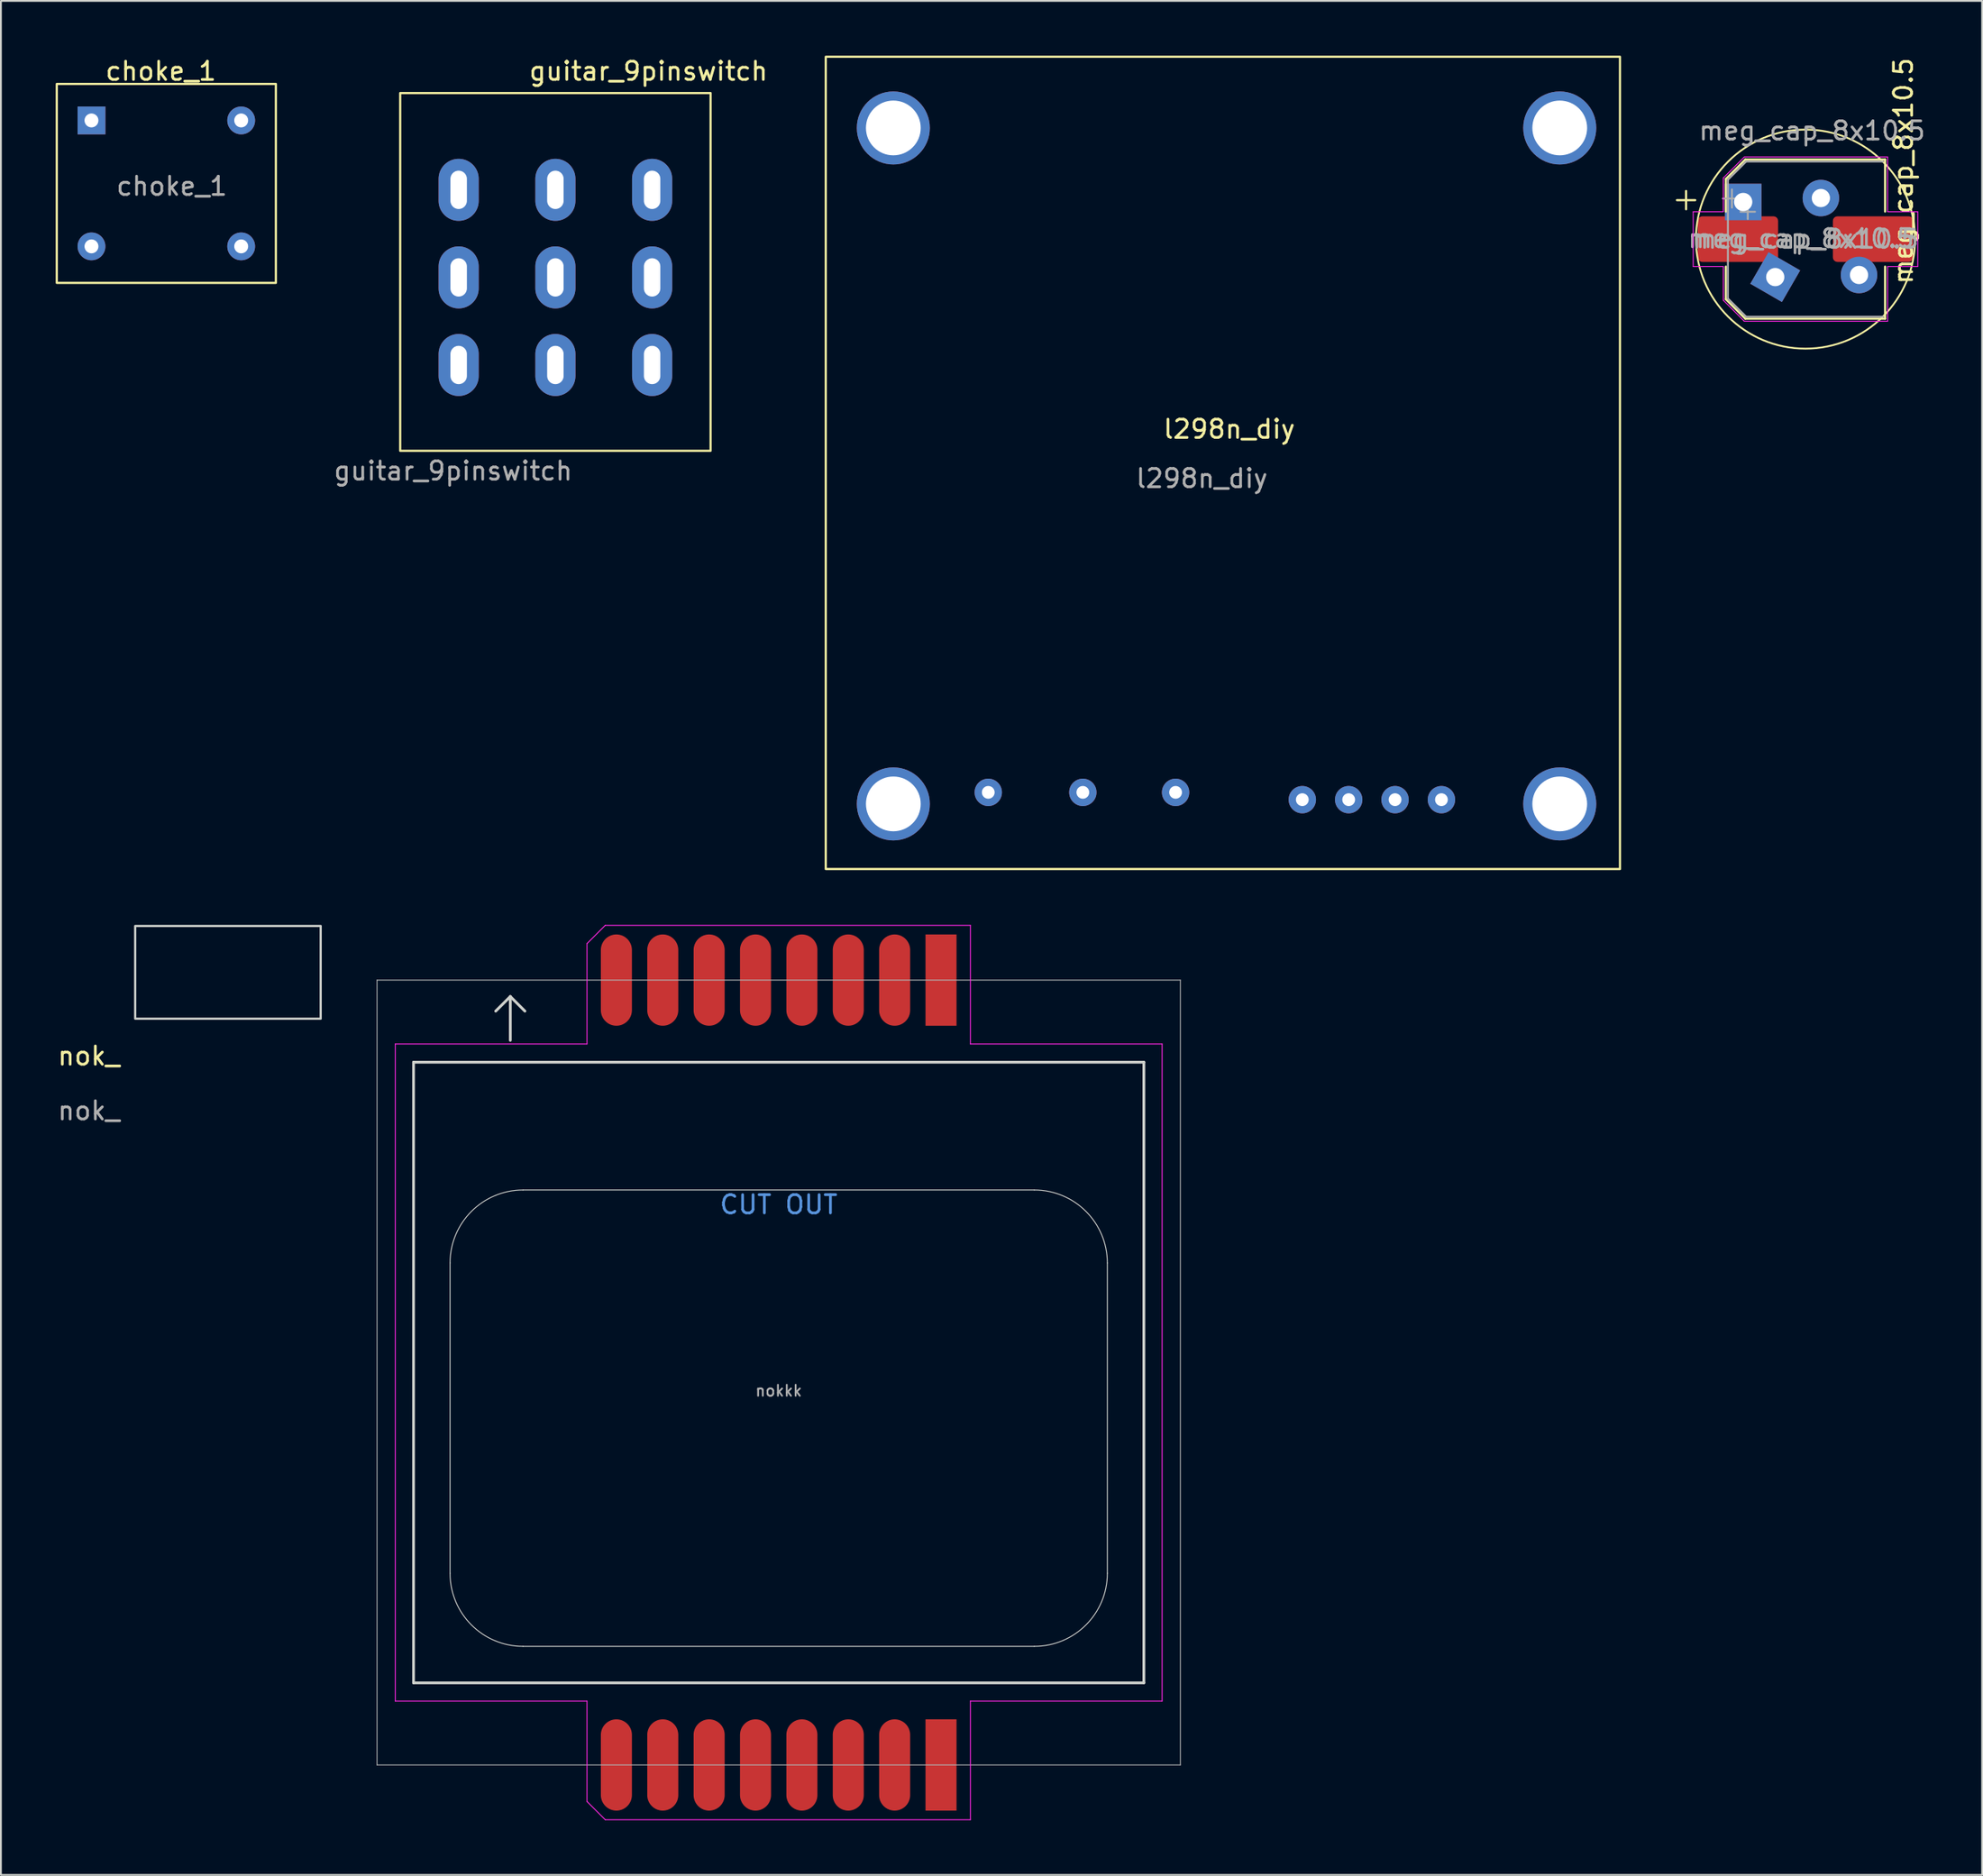
<source format=kicad_pcb>
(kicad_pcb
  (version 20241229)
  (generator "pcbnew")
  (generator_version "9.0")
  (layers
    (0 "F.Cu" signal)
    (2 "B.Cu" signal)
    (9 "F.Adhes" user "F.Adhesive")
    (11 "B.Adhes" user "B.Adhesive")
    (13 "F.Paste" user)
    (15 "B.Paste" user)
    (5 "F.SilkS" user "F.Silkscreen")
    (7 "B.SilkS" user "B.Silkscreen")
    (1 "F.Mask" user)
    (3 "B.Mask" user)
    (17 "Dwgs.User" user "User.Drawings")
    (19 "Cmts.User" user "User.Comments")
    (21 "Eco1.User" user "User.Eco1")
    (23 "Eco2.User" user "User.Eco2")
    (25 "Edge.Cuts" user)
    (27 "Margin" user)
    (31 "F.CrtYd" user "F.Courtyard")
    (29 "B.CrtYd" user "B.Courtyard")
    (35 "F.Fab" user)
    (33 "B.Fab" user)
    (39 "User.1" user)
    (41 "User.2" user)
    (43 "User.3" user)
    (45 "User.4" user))
  (footprint "l298n_diy"
    (layer "F.Cu")
    (at 51.178 40.36)
    (property "Reference" "l298n_diy" (at 13.1 -19.9 0) (unlocked yes) (layer "F.SilkS") (effects (font (size 1 1) (thickness 0.15))))
    (attr smd)
    (fp_rect (start -9 -40.3) (end 34.5 4.2) (stroke (width 0.12) (type solid)) (fill no) (layer "F.SilkS"))
    (fp_text user "${REFERENCE}" (at 11.6 -17.2 0) (unlocked yes) (layer "F.Fab") (effects (font (size 1 1) (thickness 0.15))))
    (pad "" np_thru_hole circle (at -5.3 -36.4) (size 4 4) (drill 3) (layers "*.Cu" "*.Mask"))
    (pad "" np_thru_hole circle (at -5.3 0.633) (size 4 4) (drill 3) (layers "*.Cu" "*.Mask"))
    (pad "" np_thru_hole circle (at 31.2 -36.4) (size 4 4) (drill 3) (layers "*.Cu" "*.Mask"))
    (pad "" np_thru_hole circle (at 31.2 0.633) (size 4 4) (drill 3) (layers "*.Cu" "*.Mask"))
    (pad "1" thru_hole circle (at -0.1 0) (size 1.5 1.5) (drill 0.7) (layers "*.Cu" "*.Mask"))
    (pad "2" thru_hole circle (at 5.08 0) (size 1.5 1.5) (drill 0.7) (layers "*.Cu" "*.Mask"))
    (pad "3" thru_hole circle (at 10.16 0) (size 1.5 1.5) (drill 0.7) (layers "*.Cu" "*.Mask"))
    (pad "4" thru_hole circle (at 17.1 0.4) (size 1.5 1.5) (drill 0.7) (layers "*.Cu" "*.Mask"))
    (pad "5" thru_hole circle (at 19.64 0.4) (size 1.5 1.5) (drill 0.7) (layers "*.Cu" "*.Mask"))
    (pad "6" thru_hole circle (at 22.18 0.4) (size 1.5 1.5) (drill 0.7) (layers "*.Cu" "*.Mask"))
    (pad "7" thru_hole circle (at 24.72 0.4) (size 1.5 1.5) (drill 0.7) (layers "*.Cu" "*.Mask")))
  (footprint "guitar_9pinswitch"
    (layer "F.Cu")
    (at 27.369 12.248)
    (property "Reference" "guitar_9pinswitch" (at 5.1 -11.4 0) (unlocked yes) (layer "F.SilkS") (effects (font (size 1 1) (thickness 0.15))))
    (attr through_hole)
    (fp_rect (start 8.5 -10.2) (end -8.5 9.4) (stroke (width 0.12) (type solid)) (fill no) (layer "F.SilkS"))
    (fp_text user "${REFERENCE}" (at -5.6 10.5 0) (unlocked yes) (layer "F.Fab") (effects (font (size 1 1) (thickness 0.15))))
    (pad "1" thru_hole oval (at -5.298 4.698 180) (size 2.2 3.4) (drill oval 0.9 2.1) (layers "*.Cu" "*.Mask"))
    (pad "2" thru_hole oval (at 0 4.698 180) (size 2.2 3.4) (drill oval 0.9 2.1) (layers "*.Cu" "*.Mask"))
    (pad "3" thru_hole oval (at 5.298 4.698 180) (size 2.2 3.4) (drill oval 0.9 2.1) (layers "*.Cu" "*.Mask"))
    (pad "4" thru_hole oval (at -5.298 -0.1 180) (size 2.2 3.4) (drill oval 0.9 2.1) (layers "*.Cu" "*.Mask"))
    (pad "5" thru_hole oval (at 0 -0.1 180) (size 2.2 3.4) (drill oval 0.9 2.1) (layers "*.Cu" "*.Mask"))
    (pad "6" thru_hole oval (at 5.298 -0.1 180) (size 2.2 3.4) (drill oval 0.9 2.1) (layers "*.Cu" "*.Mask"))
    (pad "7" thru_hole oval (at -5.298 -4.898 180) (size 2.2 3.4) (drill oval 0.9 2.1) (layers "*.Cu" "*.Mask"))
    (pad "8" thru_hole oval (at 0 -4.898 180) (size 2.2 3.4) (drill oval 0.9 2.1) (layers "*.Cu" "*.Mask"))
    (pad "9" thru_hole oval (at 5.298 -4.898 180) (size 2.2 3.4) (drill oval 0.9 2.1) (layers "*.Cu" "*.Mask")))
  (footprint "nok_"
    (layer "F.Cu")
    (at 1.815 55.3)
    (property "Reference" "nok_" (at 0 -0.5 0) (unlocked yes) (layer "F.SilkS") (effects (font (size 1 1) (thickness 0.15))))
    (attr smd)
    (fp_rect (start 2.54 -7.62) (end 12.7 -2.54) (stroke (width 0.12) (type solid)) (fill no) (layer "Edge.Cuts"))
    (fp_text user "${REFERENCE}" (at 0 2.5 0) (unlocked yes) (layer "F.Fab") (effects (font (size 1 1) (thickness 0.15)))))
  (footprint "choke_1"
    (layer "F.Cu")
    (at 5.76 7.148)
    (property "Reference" "choke_1" (at 0 -6.3 0) (unlocked yes) (layer "F.SilkS") (effects (font (size 1 1) (thickness 0.15))))
    (attr through_hole)
    (fp_rect (start -5.7 -5.6) (end 6.3 5.3) (stroke (width 0.12) (type solid)) (fill no) (layer "F.SilkS"))
    (fp_text user "${REFERENCE}" (at 0.6 0 0) (unlocked yes) (layer "F.Fab") (effects (font (size 1 1) (thickness 0.15))))
    (pad "1" thru_hole rect (at -3.8 -3.6) (size 1.524 1.524) (drill 0.762) (layers "*.Cu" "*.Mask"))
    (pad "2" thru_hole circle (at -3.8 3.3) (size 1.524 1.524) (drill 0.762) (layers "*.Cu" "*.Mask"))
    (pad "3" thru_hole circle (at 4.4 -3.6) (size 1.524 1.524) (drill 0.762) (layers "*.Cu" "*.Mask"))
    (pad "4" thru_hole circle (at 4.4 3.3) (size 1.524 1.524) (drill 0.762) (layers "*.Cu" "*.Mask")))
  (footprint "nokkk"
    (layer "F.Cu")
    (at 39.6 72.145)
    (property "Reference" "nokkk" (at 0 1 180) (layer "F.Fab") (effects (font (size 0.6 0.6) (thickness 0.1))))
    (attr through_hole)
    (fp_line (start -20 -17) (end -20 17) (stroke (width 0.15) (type solid)) (layer "Edge.Cuts"))
    (fp_line (start -20 17) (end 20 17) (stroke (width 0.15) (type solid)) (layer "Edge.Cuts"))
    (fp_line (start -18 -6) (end -18 11) (stroke (width 0.05) (type solid)) (layer "Edge.Cuts"))
    (fp_line (start -15.5 -19.8) (end -14.7 -20.6) (stroke (width 0.15) (type solid)) (layer "Edge.Cuts"))
    (fp_line (start -14.7 -20.6) (end -13.9 -19.8) (stroke (width 0.15) (type solid)) (layer "Edge.Cuts"))
    (fp_line (start -14.7 -18.2) (end -14.7 -20.6) (stroke (width 0.15) (type solid)) (layer "Edge.Cuts"))
    (fp_line (start -14 15) (end 14 15) (stroke (width 0.05) (type solid)) (layer "Edge.Cuts"))
    (fp_line (start 14 -10) (end -14 -10) (stroke (width 0.05) (type solid)) (layer "Edge.Cuts"))
    (fp_line (start 18 -6) (end 18 11) (stroke (width 0.05) (type solid)) (layer "Edge.Cuts"))
    (fp_line (start 20 -17) (end -20 -17) (stroke (width 0.15) (type solid)) (layer "Edge.Cuts"))
    (fp_line (start 20 17) (end 20 -17) (stroke (width 0.15) (type solid)) (layer "Edge.Cuts"))
    (fp_arc (start -18 -6) (mid -16.828427 -8.828427) (end -14 -10) (stroke (width 0.05) (type solid)) (layer "Edge.Cuts"))
    (fp_arc (start -14 15) (mid -16.828427 13.828427) (end -18 11) (stroke (width 0.05) (type solid)) (layer "Edge.Cuts"))
    (fp_arc (start 14 -10) (mid 16.828427 -8.828427) (end 18 -6) (stroke (width 0.05) (type solid)) (layer "Edge.Cuts"))
    (fp_arc (start 18 11) (mid 16.828427 13.828427) (end 14 15) (stroke (width 0.05) (type solid)) (layer "Edge.Cuts"))
    (fp_line (start -21 -18) (end -21 18) (stroke (width 0.05) (type solid)) (layer "F.CrtYd"))
    (fp_line (start -21 18) (end -10.5 18) (stroke (width 0.05) (type solid)) (layer "F.CrtYd"))
    (fp_line (start -10.5 -23.5) (end -10.5 -18) (stroke (width 0.05) (type solid)) (layer "F.CrtYd"))
    (fp_line (start -10.5 -18) (end -21 -18) (stroke (width 0.05) (type solid)) (layer "F.CrtYd"))
    (fp_line (start -10.5 18) (end -10.5 23.5) (stroke (width 0.05) (type solid)) (layer "F.CrtYd"))
    (fp_line (start -10.5 23.5) (end -9.5 24.5) (stroke (width 0.05) (type solid)) (layer "F.CrtYd"))
    (fp_line (start -9.5 -24.5) (end -10.5 -23.5) (stroke (width 0.05) (type solid)) (layer "F.CrtYd"))
    (fp_line (start -9.5 24.5) (end 10.5 24.5) (stroke (width 0.05) (type solid)) (layer "F.CrtYd"))
    (fp_line (start 10.5 -24.5) (end -9.5 -24.5) (stroke (width 0.05) (type solid)) (layer "F.CrtYd"))
    (fp_line (start 10.5 -18) (end 10.5 -24.5) (stroke (width 0.05) (type solid)) (layer "F.CrtYd"))
    (fp_line (start 10.5 18) (end 21 18) (stroke (width 0.05) (type solid)) (layer "F.CrtYd"))
    (fp_line (start 10.5 24.5) (end 10.5 18) (stroke (width 0.05) (type solid)) (layer "F.CrtYd"))
    (fp_line (start 21 -18) (end 10.5 -18) (stroke (width 0.05) (type solid)) (layer "F.CrtYd"))
    (fp_line (start 21 18) (end 21 -18) (stroke (width 0.05) (type solid)) (layer "F.CrtYd"))
    (fp_line (start -22 -21.5) (end -22 21.5) (stroke (width 0.05) (type solid)) (layer "F.Fab"))
    (fp_line (start -22 -21.5) (end 22 -21.5) (stroke (width 0.05) (type solid)) (layer "F.Fab"))
    (fp_line (start -22 21.5) (end 22 21.5) (stroke (width 0.05) (type solid)) (layer "F.Fab"))
    (fp_line (start -20 -17) (end -20 17) (stroke (width 0.05) (type solid)) (layer "F.Fab"))
    (fp_line (start -20 -17) (end 20 -17) (stroke (width 0.05) (type solid)) (layer "F.Fab"))
    (fp_line (start -20 17) (end 20 17) (stroke (width 0.05) (type solid)) (layer "F.Fab"))
    (fp_line (start 20 -17) (end 20 17) (stroke (width 0.05) (type solid)) (layer "F.Fab"))
    (fp_line (start 22 -21.5) (end 22 21.5) (stroke (width 0.05) (type solid)) (layer "F.Fab"))
    (fp_text user "CUT OUT" (at 0 -9.2 0) (layer "Cmts.User") (effects (font (size 1 1) (thickness 0.15))))
    (fp_text user "${REFERENCE}" (at 0 -18.85 180) (layer "Eco1.User") (effects (font (size 0.3 0.3) (thickness 0.03))))
    (pad "1" smd rect (at 8.89 -21.5) (size 1.7 5) (layers "F.Cu" "F.Mask" "F.Paste"))
    (pad "1" smd rect (at 8.89 21.5) (size 1.7 5) (layers "F.Cu" "F.Mask" "F.Paste"))
    (pad "2" smd oval (at 6.35 -21.5) (size 1.7 5) (layers "F.Cu" "F.Mask" "F.Paste"))
    (pad "2" smd oval (at 6.35 21.5) (size 1.7 5) (layers "F.Cu" "F.Mask" "F.Paste"))
    (pad "3" smd oval (at 3.81 -21.5) (size 1.7 5) (layers "F.Cu" "F.Mask" "F.Paste"))
    (pad "3" smd oval (at 3.81 21.5) (size 1.7 5) (layers "F.Cu" "F.Mask" "F.Paste"))
    (pad "4" smd oval (at 1.27 -21.5) (size 1.7 5) (layers "F.Cu" "F.Mask" "F.Paste"))
    (pad "4" smd oval (at 1.27 21.5) (size 1.7 5) (layers "F.Cu" "F.Mask" "F.Paste"))
    (pad "5" smd oval (at -1.27 -21.5) (size 1.7 5) (layers "F.Cu" "F.Mask" "F.Paste"))
    (pad "5" smd oval (at -1.27 21.5) (size 1.7 5) (layers "F.Cu" "F.Mask" "F.Paste"))
    (pad "6" smd oval (at -3.81 -21.5) (size 1.7 5) (layers "F.Cu" "F.Mask" "F.Paste"))
    (pad "6" smd oval (at -3.81 21.5) (size 1.7 5) (layers "F.Cu" "F.Mask" "F.Paste"))
    (pad "7" smd oval (at -6.35 -21.5) (size 1.7 5) (layers "F.Cu" "F.Mask" "F.Paste"))
    (pad "7" smd oval (at -6.35 21.5) (size 1.7 5) (layers "F.Cu" "F.Mask" "F.Paste"))
    (pad "8" smd oval (at -8.89 -21.5) (size 1.7 5) (layers "F.Cu" "F.Mask" "F.Paste"))
    (pad "8" smd oval (at -8.89 21.5) (size 1.7 5) (layers "F.Cu" "F.Mask" "F.Paste")))
  (footprint "meg_cap_8x10.5"
    (layer "F.Cu")
    (at 95.898 10.015)
    (property "Reference" "meg_cap_8x10.5" (at 5.3 -3.7 90) (unlocked yes) (layer "F.SilkS") (effects (font (size 1 1) (thickness 0.15))))
    (attr smd)
    (fp_line (start -7.1 -2.1) (end -6.1 -2.1) (stroke (width 0.12) (type solid)) (layer "F.SilkS"))
    (fp_line (start -6.6 -2.6) (end -6.6 -1.6) (stroke (width 0.12) (type solid)) (layer "F.SilkS"))
    (fp_line (start -4.42 -3.261) (end -4.42 -1.475) (stroke (width 0.12) (type solid)) (layer "F.SilkS"))
    (fp_line (start -4.42 -3.261) (end -3.356 -4.325) (stroke (width 0.12) (type solid)) (layer "F.SilkS"))
    (fp_line (start -4.42 3.331) (end -4.42 1.545) (stroke (width 0.12) (type solid)) (layer "F.SilkS"))
    (fp_line (start -4.42 3.331) (end -3.356 4.395) (stroke (width 0.12) (type solid)) (layer "F.SilkS"))
    (fp_line (start -3.356 -4.325) (end 4.3 -4.325) (stroke (width 0.12) (type solid)) (layer "F.SilkS"))
    (fp_line (start -3.356 4.395) (end 4.3 4.395) (stroke (width 0.12) (type solid)) (layer "F.SilkS"))
    (fp_line (start 4.3 -4.325) (end 4.3 -1.475) (stroke (width 0.12) (type solid)) (layer "F.SilkS"))
    (fp_line (start 4.3 4.395) (end 4.3 1.545) (stroke (width 0.12) (type solid)) (layer "F.SilkS"))
    (fp_circle (center -0.06 0.035) (end 5.94 0.035) (stroke (width 0.1) (type solid)) (fill no) (layer "F.SilkS"))
    (fp_line (start -6.21 -1.465) (end -6.21 1.535) (stroke (width 0.05) (type solid)) (layer "F.CrtYd"))
    (fp_line (start -6.21 1.535) (end -4.56 1.535) (stroke (width 0.05) (type solid)) (layer "F.CrtYd"))
    (fp_line (start -4.56 -3.315) (end -4.56 -1.465) (stroke (width 0.05) (type solid)) (layer "F.CrtYd"))
    (fp_line (start -4.56 -3.315) (end -3.41 -4.465) (stroke (width 0.05) (type solid)) (layer "F.CrtYd"))
    (fp_line (start -4.56 -1.465) (end -6.21 -1.465) (stroke (width 0.05) (type solid)) (layer "F.CrtYd"))
    (fp_line (start -4.56 1.535) (end -4.56 3.385) (stroke (width 0.05) (type solid)) (layer "F.CrtYd"))
    (fp_line (start -4.56 3.385) (end -3.41 4.535) (stroke (width 0.05) (type solid)) (layer "F.CrtYd"))
    (fp_line (start -3.41 -4.465) (end 4.44 -4.465) (stroke (width 0.05) (type solid)) (layer "F.CrtYd"))
    (fp_line (start -3.41 4.535) (end 4.44 4.535) (stroke (width 0.05) (type solid)) (layer "F.CrtYd"))
    (fp_line (start 4.44 -4.465) (end 4.44 -1.465) (stroke (width 0.05) (type solid)) (layer "F.CrtYd"))
    (fp_line (start 4.44 -1.465) (end 6.09 -1.465) (stroke (width 0.05) (type solid)) (layer "F.CrtYd"))
    (fp_line (start 4.44 1.535) (end 4.44 4.535) (stroke (width 0.05) (type solid)) (layer "F.CrtYd"))
    (fp_line (start 6.09 -1.465) (end 6.09 1.535) (stroke (width 0.05) (type solid)) (layer "F.CrtYd"))
    (fp_line (start 6.09 1.535) (end 4.44 1.535) (stroke (width 0.05) (type solid)) (layer "F.CrtYd"))
    (fp_line (start -4.589 -2.188) (end -3.589 -2.188) (stroke (width 0.1) (type solid)) (layer "F.Fab"))
    (fp_line (start -4.31 -3.215) (end -4.31 3.285) (stroke (width 0.1) (type solid)) (layer "F.Fab"))
    (fp_line (start -4.31 -3.215) (end -3.31 -4.215) (stroke (width 0.1) (type solid)) (layer "F.Fab"))
    (fp_line (start -4.31 3.285) (end -3.31 4.285) (stroke (width 0.1) (type solid)) (layer "F.Fab"))
    (fp_line (start -4.089 -2.688) (end -4.089 -1.688) (stroke (width 0.1) (type solid)) (layer "F.Fab"))
    (fp_line (start -3.622 -1.465) (end -2.822 -1.465) (stroke (width 0.1) (type solid)) (layer "F.Fab"))
    (fp_line (start -3.31 -4.215) (end 4.19 -4.215) (stroke (width 0.1) (type solid)) (layer "F.Fab"))
    (fp_line (start -3.31 4.285) (end 4.19 4.285) (stroke (width 0.1) (type solid)) (layer "F.Fab"))
    (fp_line (start -3.222 -1.865) (end -3.222 -1.065) (stroke (width 0.1) (type solid)) (layer "F.Fab"))
    (fp_text user "${REFERENCE}" (at 0.3 -5.9 0) (unlocked yes) (layer "F.Fab") (effects (font (size 1 1) (thickness 0.15))))
    (fp_text user "${REFERENCE}" (at -0.3 0 0) (layer "F.Fab") (effects (font (size 1 1) (thickness 0.15))))
    (fp_text user "${REFERENCE}" (at -0.06 0.035 0) (layer "F.Fab") (effects (font (size 1 1) (thickness 0.15))))
    (pad "1" smd roundrect (at -3.76 0.035) (size 4.4 2.5) (layers "F.Cu" "F.Mask" "F.Paste") (roundrect_rratio 0.1))
    (pad "1" thru_hole rect (at -3.472 -2) (size 2 2) (drill 1) (layers "*.Cu" "*.Mask"))
    (pad "1" thru_hole rect (at -1.717 2.115 60) (size 2 2) (drill 1) (layers "*.Cu" "*.Mask"))
    (pad "2" thru_hole circle (at 0.783 -2.215 60) (size 2 2) (drill 1) (layers "*.Cu" "*.Mask"))
    (pad "2" thru_hole circle (at 2.872 2) (size 2 2) (drill 1) (layers "*.Cu" "*.Mask"))
    (pad "2" smd roundrect (at 3.64 0.035) (size 4.4 2.5) (layers "F.Cu" "F.Mask" "F.Paste") (roundrect_rratio 0.1)))
  (gr_rect
    (start -3 -3)
    (end 105.513 99.67)
    (stroke (width 0.1) (type default))
    (fill no)
    (layer "Edge.Cuts")))
</source>
